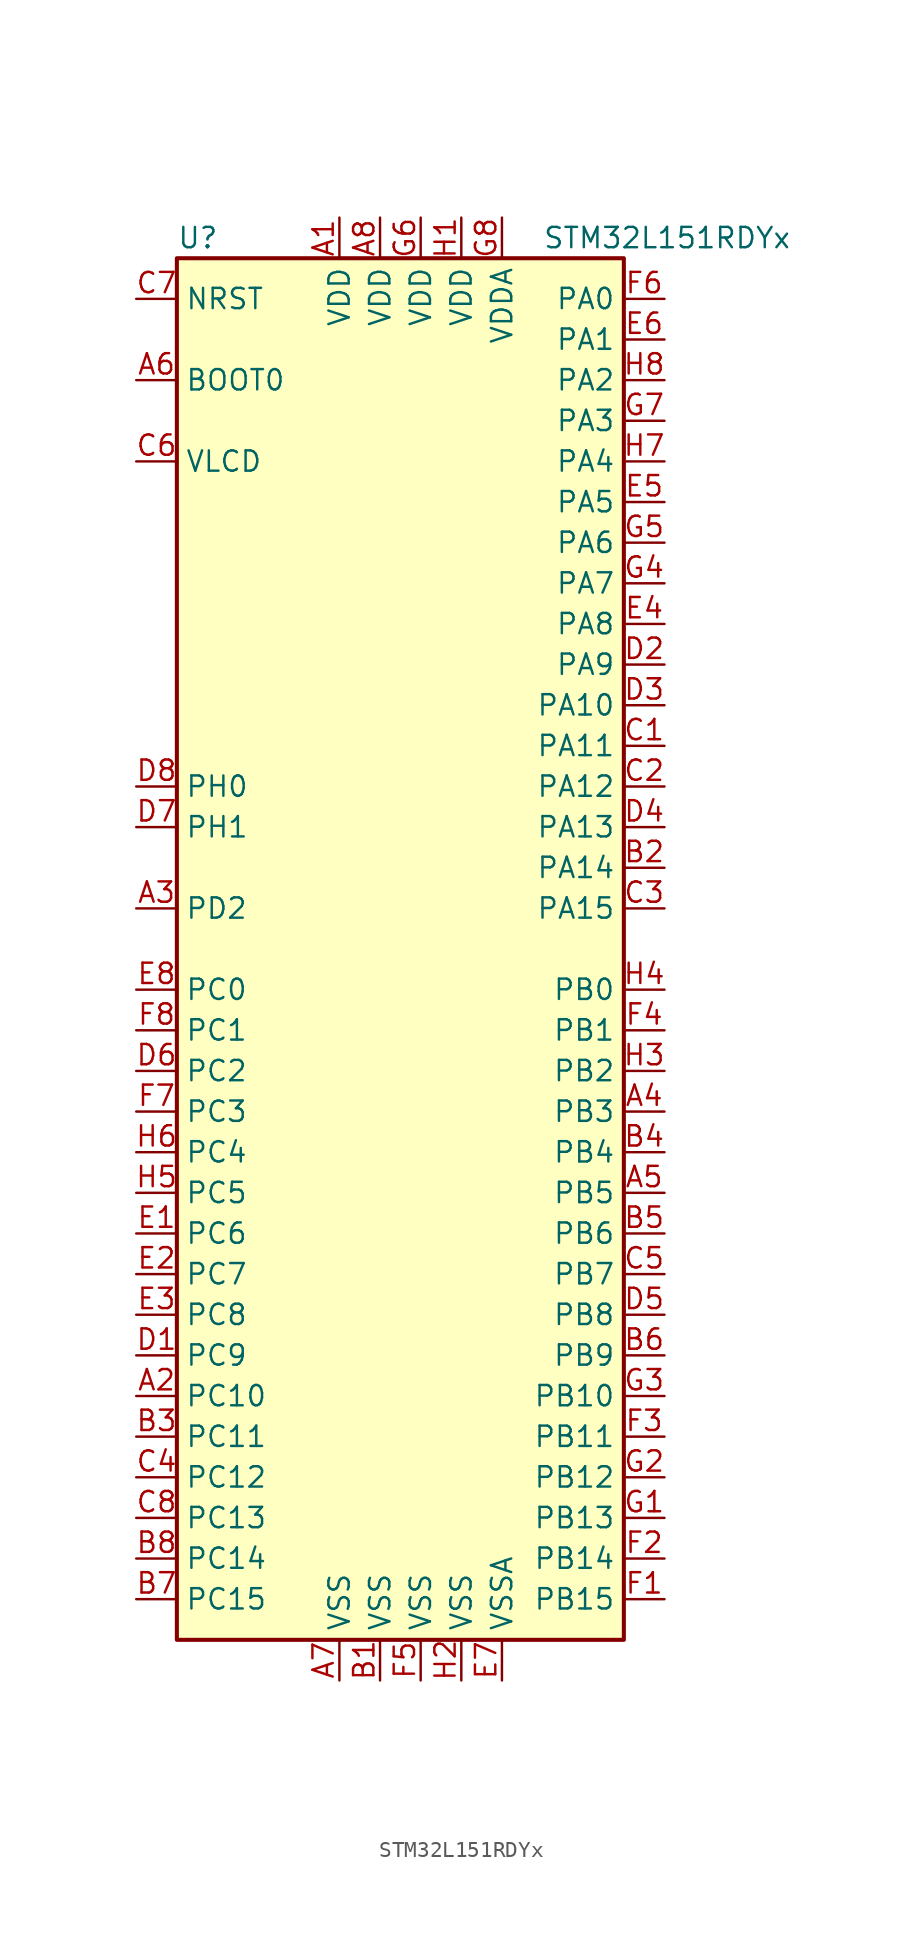
<source format=kicad_sym>
(kicad_symbol_lib
  (version 20211014)
  (generator kicad_symbol_editor)
  (symbol "STM32L151RDYx"
    (property "Reference" "U"
      (at -15.24 44.45 0)
      (effects (font (size 1.27 1.27)) (justify left)))
    (property "Value" "STM32L151RDYx"
      (at 7.62 44.45 0)
      (effects (font (size 1.27 1.27)) (justify left)))
    (symbol "STM32L151RDYx_0_1"
      (rectangle (start -15.24 -43.18) (end 12.7 43.18) (stroke (width 0.254) (type default) (color 0 0 0 0)) (fill (type background))))
    (symbol "STM32L151RDYx_1_1"
      (pin power_in line (at -5.08 45.72 270) (length 2.54) (name "VDD" (effects (font (size 1.27 1.27)))) (number "A1" (effects (font (size 1.27 1.27)))))
      (pin bidirectional line (at -17.78 -27.94 0) (length 2.54) (name "PC10" (effects (font (size 1.27 1.27)))) (number "A2" (effects (font (size 1.27 1.27)))))
      (pin bidirectional line (at -17.78 2.54 0) (length 2.54) (name "PD2" (effects (font (size 1.27 1.27)))) (number "A3" (effects (font (size 1.27 1.27)))))
      (pin bidirectional line (at 15.24 -10.16 180) (length 2.54) (name "PB3" (effects (font (size 1.27 1.27)))) (number "A4" (effects (font (size 1.27 1.27)))))
      (pin bidirectional line (at 15.24 -15.24 180) (length 2.54) (name "PB5" (effects (font (size 1.27 1.27)))) (number "A5" (effects (font (size 1.27 1.27)))))
      (pin input line (at -17.78 35.56 0) (length 2.54) (name "BOOT0" (effects (font (size 1.27 1.27)))) (number "A6" (effects (font (size 1.27 1.27)))))
      (pin power_in line (at -5.08 -45.72 90) (length 2.54) (name "VSS" (effects (font (size 1.27 1.27)))) (number "A7" (effects (font (size 1.27 1.27)))))
      (pin power_in line (at -2.54 45.72 270) (length 2.54) (name "VDD" (effects (font (size 1.27 1.27)))) (number "A8" (effects (font (size 1.27 1.27)))))
      (pin power_in line (at -2.54 -45.72 90) (length 2.54) (name "VSS" (effects (font (size 1.27 1.27)))) (number "B1" (effects (font (size 1.27 1.27)))))
      (pin bidirectional line (at 15.24 5.08 180) (length 2.54) (name "PA14" (effects (font (size 1.27 1.27)))) (number "B2" (effects (font (size 1.27 1.27)))))
      (pin bidirectional line (at -17.78 -30.48 0) (length 2.54) (name "PC11" (effects (font (size 1.27 1.27)))) (number "B3" (effects (font (size 1.27 1.27)))))
      (pin bidirectional line (at 15.24 -12.7 180) (length 2.54) (name "PB4" (effects (font (size 1.27 1.27)))) (number "B4" (effects (font (size 1.27 1.27)))))
      (pin bidirectional line (at 15.24 -17.78 180) (length 2.54) (name "PB6" (effects (font (size 1.27 1.27)))) (number "B5" (effects (font (size 1.27 1.27)))))
      (pin bidirectional line (at 15.24 -25.4 180) (length 2.54) (name "PB9" (effects (font (size 1.27 1.27)))) (number "B6" (effects (font (size 1.27 1.27)))))
      (pin bidirectional line (at -17.78 -40.64 0) (length 2.54) (name "PC15" (effects (font (size 1.27 1.27)))) (number "B7" (effects (font (size 1.27 1.27)))))
      (pin bidirectional line (at -17.78 -38.1 0) (length 2.54) (name "PC14" (effects (font (size 1.27 1.27)))) (number "B8" (effects (font (size 1.27 1.27)))))
      (pin bidirectional line (at 15.24 12.7 180) (length 2.54) (name "PA11" (effects (font (size 1.27 1.27)))) (number "C1" (effects (font (size 1.27 1.27)))))
      (pin bidirectional line (at 15.24 10.16 180) (length 2.54) (name "PA12" (effects (font (size 1.27 1.27)))) (number "C2" (effects (font (size 1.27 1.27)))))
      (pin bidirectional line (at 15.24 2.54 180) (length 2.54) (name "PA15" (effects (font (size 1.27 1.27)))) (number "C3" (effects (font (size 1.27 1.27)))))
      (pin bidirectional line (at -17.78 -33.02 0) (length 2.54) (name "PC12" (effects (font (size 1.27 1.27)))) (number "C4" (effects (font (size 1.27 1.27)))))
      (pin bidirectional line (at 15.24 -20.32 180) (length 2.54) (name "PB7" (effects (font (size 1.27 1.27)))) (number "C5" (effects (font (size 1.27 1.27)))))
      (pin power_in line (at -17.78 30.48 0) (length 2.54) (name "VLCD" (effects (font (size 1.27 1.27)))) (number "C6" (effects (font (size 1.27 1.27)))))
      (pin input line (at -17.78 40.64 0) (length 2.54) (name "NRST" (effects (font (size 1.27 1.27)))) (number "C7" (effects (font (size 1.27 1.27)))))
      (pin bidirectional line (at -17.78 -35.56 0) (length 2.54) (name "PC13" (effects (font (size 1.27 1.27)))) (number "C8" (effects (font (size 1.27 1.27)))))
      (pin bidirectional line (at -17.78 -25.4 0) (length 2.54) (name "PC9" (effects (font (size 1.27 1.27)))) (number "D1" (effects (font (size 1.27 1.27)))))
      (pin bidirectional line (at 15.24 17.78 180) (length 2.54) (name "PA9" (effects (font (size 1.27 1.27)))) (number "D2" (effects (font (size 1.27 1.27)))))
      (pin bidirectional line (at 15.24 15.24 180) (length 2.54) (name "PA10" (effects (font (size 1.27 1.27)))) (number "D3" (effects (font (size 1.27 1.27)))))
      (pin bidirectional line (at 15.24 7.62 180) (length 2.54) (name "PA13" (effects (font (size 1.27 1.27)))) (number "D4" (effects (font (size 1.27 1.27)))))
      (pin bidirectional line (at 15.24 -22.86 180) (length 2.54) (name "PB8" (effects (font (size 1.27 1.27)))) (number "D5" (effects (font (size 1.27 1.27)))))
      (pin bidirectional line (at -17.78 -7.62 0) (length 2.54) (name "PC2" (effects (font (size 1.27 1.27)))) (number "D6" (effects (font (size 1.27 1.27)))))
      (pin input line (at -17.78 7.62 0) (length 2.54) (name "PH1" (effects (font (size 1.27 1.27)))) (number "D7" (effects (font (size 1.27 1.27)))))
      (pin input line (at -17.78 10.16 0) (length 2.54) (name "PH0" (effects (font (size 1.27 1.27)))) (number "D8" (effects (font (size 1.27 1.27)))))
      (pin bidirectional line (at -17.78 -17.78 0) (length 2.54) (name "PC6" (effects (font (size 1.27 1.27)))) (number "E1" (effects (font (size 1.27 1.27)))))
      (pin bidirectional line (at -17.78 -20.32 0) (length 2.54) (name "PC7" (effects (font (size 1.27 1.27)))) (number "E2" (effects (font (size 1.27 1.27)))))
      (pin bidirectional line (at -17.78 -22.86 0) (length 2.54) (name "PC8" (effects (font (size 1.27 1.27)))) (number "E3" (effects (font (size 1.27 1.27)))))
      (pin bidirectional line (at 15.24 20.32 180) (length 2.54) (name "PA8" (effects (font (size 1.27 1.27)))) (number "E4" (effects (font (size 1.27 1.27)))))
      (pin bidirectional line (at 15.24 27.94 180) (length 2.54) (name "PA5" (effects (font (size 1.27 1.27)))) (number "E5" (effects (font (size 1.27 1.27)))))
      (pin bidirectional line (at 15.24 38.1 180) (length 2.54) (name "PA1" (effects (font (size 1.27 1.27)))) (number "E6" (effects (font (size 1.27 1.27)))))
      (pin power_in line (at 5.08 -45.72 90) (length 2.54) (name "VSSA" (effects (font (size 1.27 1.27)))) (number "E7" (effects (font (size 1.27 1.27)))))
      (pin bidirectional line (at -17.78 -2.54 0) (length 2.54) (name "PC0" (effects (font (size 1.27 1.27)))) (number "E8" (effects (font (size 1.27 1.27)))))
      (pin bidirectional line (at 15.24 -40.64 180) (length 2.54) (name "PB15" (effects (font (size 1.27 1.27)))) (number "F1" (effects (font (size 1.27 1.27)))))
      (pin bidirectional line (at 15.24 -38.1 180) (length 2.54) (name "PB14" (effects (font (size 1.27 1.27)))) (number "F2" (effects (font (size 1.27 1.27)))))
      (pin bidirectional line (at 15.24 -30.48 180) (length 2.54) (name "PB11" (effects (font (size 1.27 1.27)))) (number "F3" (effects (font (size 1.27 1.27)))))
      (pin bidirectional line (at 15.24 -5.08 180) (length 2.54) (name "PB1" (effects (font (size 1.27 1.27)))) (number "F4" (effects (font (size 1.27 1.27)))))
      (pin power_in line (at 0 -45.72 90) (length 2.54) (name "VSS" (effects (font (size 1.27 1.27)))) (number "F5" (effects (font (size 1.27 1.27)))))
      (pin bidirectional line (at 15.24 40.64 180) (length 2.54) (name "PA0" (effects (font (size 1.27 1.27)))) (number "F6" (effects (font (size 1.27 1.27)))))
      (pin bidirectional line (at -17.78 -10.16 0) (length 2.54) (name "PC3" (effects (font (size 1.27 1.27)))) (number "F7" (effects (font (size 1.27 1.27)))))
      (pin bidirectional line (at -17.78 -5.08 0) (length 2.54) (name "PC1" (effects (font (size 1.27 1.27)))) (number "F8" (effects (font (size 1.27 1.27)))))
      (pin bidirectional line (at 15.24 -35.56 180) (length 2.54) (name "PB13" (effects (font (size 1.27 1.27)))) (number "G1" (effects (font (size 1.27 1.27)))))
      (pin bidirectional line (at 15.24 -33.02 180) (length 2.54) (name "PB12" (effects (font (size 1.27 1.27)))) (number "G2" (effects (font (size 1.27 1.27)))))
      (pin bidirectional line (at 15.24 -27.94 180) (length 2.54) (name "PB10" (effects (font (size 1.27 1.27)))) (number "G3" (effects (font (size 1.27 1.27)))))
      (pin bidirectional line (at 15.24 22.86 180) (length 2.54) (name "PA7" (effects (font (size 1.27 1.27)))) (number "G4" (effects (font (size 1.27 1.27)))))
      (pin bidirectional line (at 15.24 25.4 180) (length 2.54) (name "PA6" (effects (font (size 1.27 1.27)))) (number "G5" (effects (font (size 1.27 1.27)))))
      (pin power_in line (at 0 45.72 270) (length 2.54) (name "VDD" (effects (font (size 1.27 1.27)))) (number "G6" (effects (font (size 1.27 1.27)))))
      (pin bidirectional line (at 15.24 33.02 180) (length 2.54) (name "PA3" (effects (font (size 1.27 1.27)))) (number "G7" (effects (font (size 1.27 1.27)))))
      (pin power_in line (at 5.08 45.72 270) (length 2.54) (name "VDDA" (effects (font (size 1.27 1.27)))) (number "G8" (effects (font (size 1.27 1.27)))))
      (pin power_in line (at 2.54 45.72 270) (length 2.54) (name "VDD" (effects (font (size 1.27 1.27)))) (number "H1" (effects (font (size 1.27 1.27)))))
      (pin power_in line (at 2.54 -45.72 90) (length 2.54) (name "VSS" (effects (font (size 1.27 1.27)))) (number "H2" (effects (font (size 1.27 1.27)))))
      (pin bidirectional line (at 15.24 -7.62 180) (length 2.54) (name "PB2" (effects (font (size 1.27 1.27)))) (number "H3" (effects (font (size 1.27 1.27)))))
      (pin bidirectional line (at 15.24 -2.54 180) (length 2.54) (name "PB0" (effects (font (size 1.27 1.27)))) (number "H4" (effects (font (size 1.27 1.27)))))
      (pin bidirectional line (at -17.78 -15.24 0) (length 2.54) (name "PC5" (effects (font (size 1.27 1.27)))) (number "H5" (effects (font (size 1.27 1.27)))))
      (pin bidirectional line (at -17.78 -12.7 0) (length 2.54) (name "PC4" (effects (font (size 1.27 1.27)))) (number "H6" (effects (font (size 1.27 1.27)))))
      (pin bidirectional line (at 15.24 30.48 180) (length 2.54) (name "PA4" (effects (font (size 1.27 1.27)))) (number "H7" (effects (font (size 1.27 1.27)))))
      (pin bidirectional line (at 15.24 35.56 180) (length 2.54) (name "PA2" (effects (font (size 1.27 1.27)))) (number "H8" (effects (font (size 1.27 1.27))))))))
</source>
